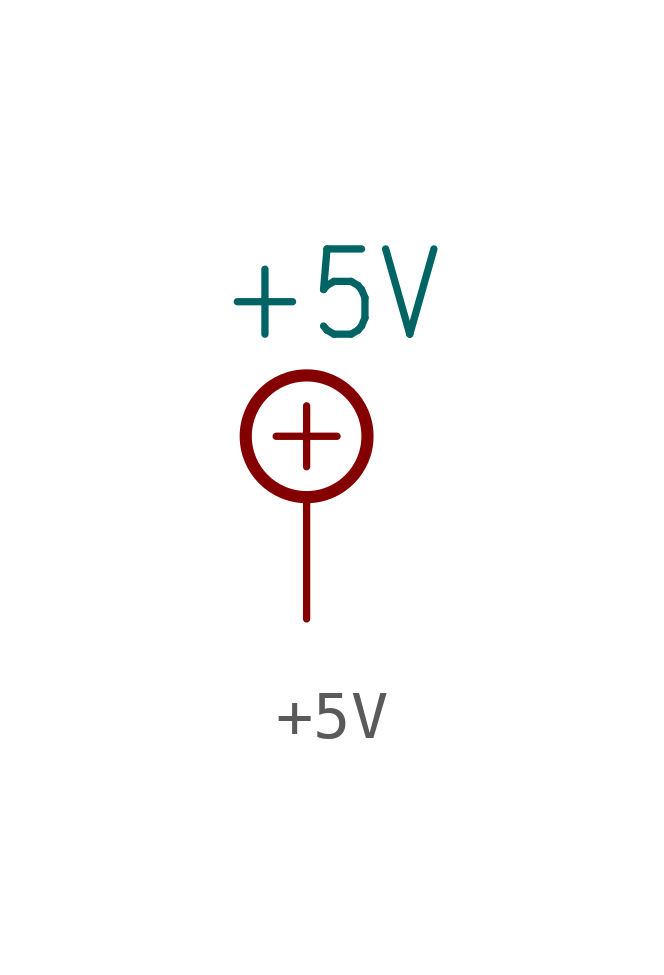
<source format=kicad_sym>
(kicad_symbol_lib
  (version 20220914)
  (generator kicad_symbol_editor)
  (symbol "+5V"
    (power)
    (property "Reference" "#SUPPLY"
      (at 0 0 0)
      (effects (font (size 1.27 1.27)) hide))
    (property "Value" "+5V"
      (at -1.905 3.175 0)
      (effects (font (size 1.778 1.511)) (justify left bottom)))
    (property "ki_locked" ""
      (at 0 0 0)
      (effects (font (size 1.27 1.27))))
    (symbol "+5V_1_0"
      (polyline (pts (xy -0.635 1.27) (xy 0.635 1.27)) (stroke (width 0.152) (type default)) (fill (type none)))
      (polyline (pts (xy 0 0.635) (xy 0 1.905)) (stroke (width 0.152) (type default)) (fill (type none)))
      (circle (center 0 1.27) (radius 1.27) (stroke (width 0.254) (type default)) (fill (type none)))
      (pin power_in line (at 0 -2.54 90) (length 2.54) (name "+5V" (effects (font (size 0 0)))) (number "1" (effects (font (size 0 0))))))))
</source>
